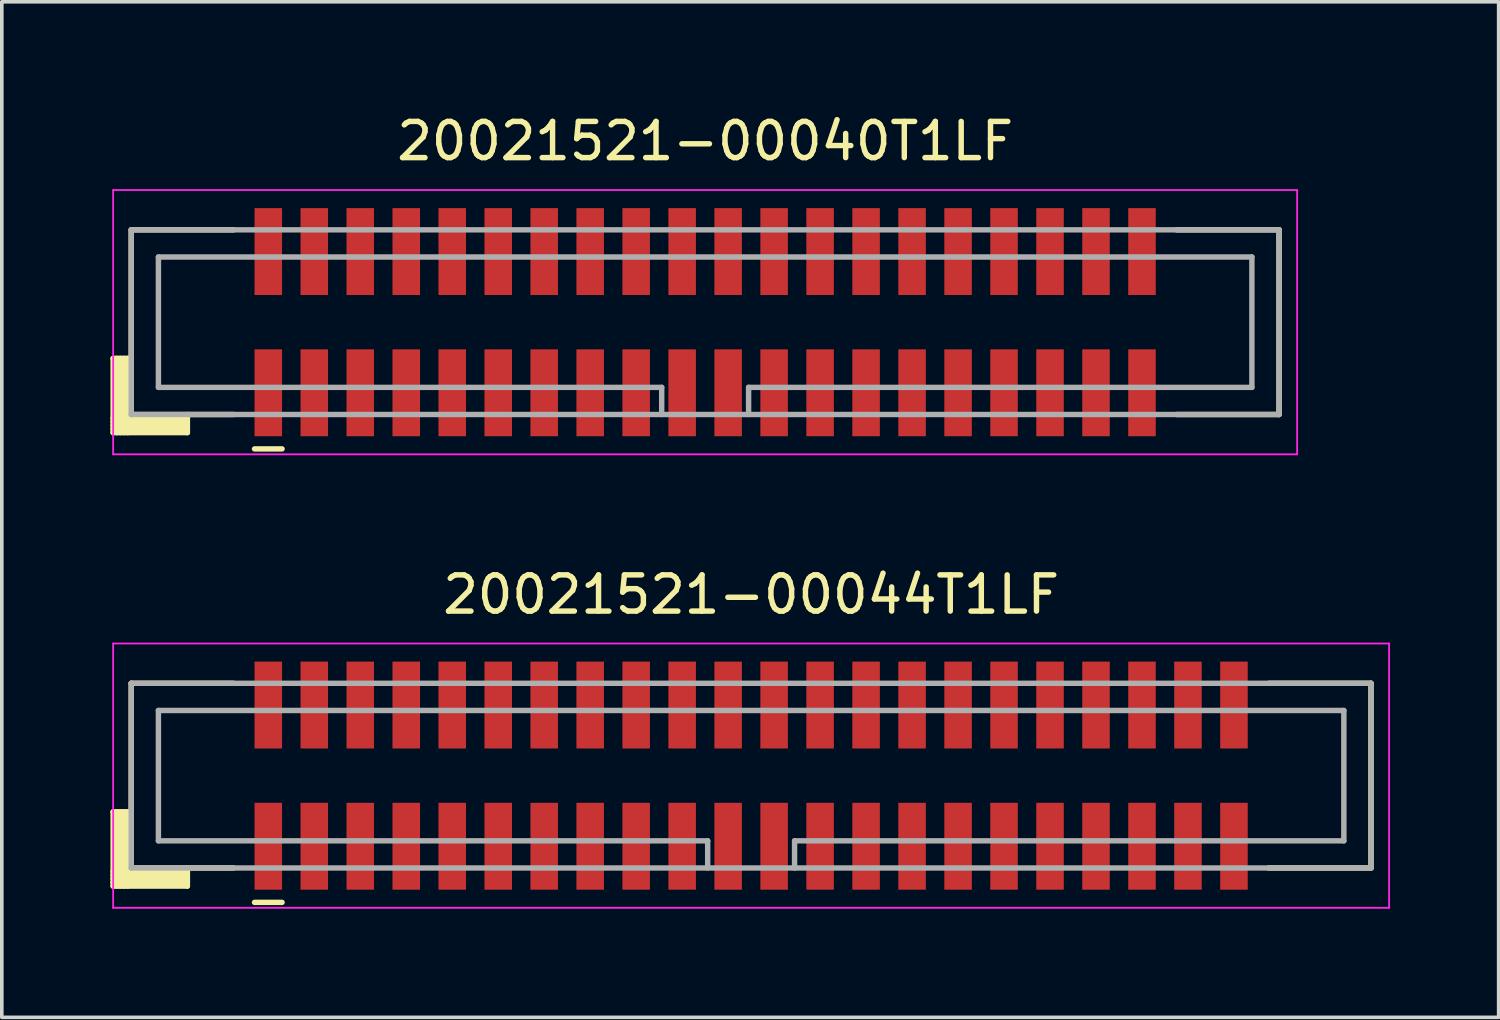
<source format=kicad_pcb>
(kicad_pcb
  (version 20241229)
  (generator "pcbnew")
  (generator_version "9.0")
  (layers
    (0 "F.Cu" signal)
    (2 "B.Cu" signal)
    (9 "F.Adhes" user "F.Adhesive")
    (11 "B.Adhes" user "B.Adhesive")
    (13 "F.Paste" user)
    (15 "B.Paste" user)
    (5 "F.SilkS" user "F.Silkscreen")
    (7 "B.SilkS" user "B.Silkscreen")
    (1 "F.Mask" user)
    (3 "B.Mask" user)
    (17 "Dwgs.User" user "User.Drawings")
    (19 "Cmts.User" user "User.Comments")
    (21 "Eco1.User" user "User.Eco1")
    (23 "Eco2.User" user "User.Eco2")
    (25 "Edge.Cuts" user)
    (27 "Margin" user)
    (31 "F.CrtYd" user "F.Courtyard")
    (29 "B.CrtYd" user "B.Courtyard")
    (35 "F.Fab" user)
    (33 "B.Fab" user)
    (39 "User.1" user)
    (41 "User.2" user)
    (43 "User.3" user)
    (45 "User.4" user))
  (footprint "20021521-00040T1LF"
    (layer "F.Cu")
    (at 16.425 5.848)
    (property "Reference" "20021521-00040T1LF" (at 0 -5 0) (layer "F.SilkS") (effects (font (size 1 1) (thickness 0.15))))
    (attr smd)
    (fp_line (start -16.35 1) (end -16.35 3.05) (stroke (width 0.15) (type solid)) (layer "F.SilkS"))
    (fp_line (start -16.35 1) (end -15.875 1) (stroke (width 0.15) (type solid)) (layer "F.SilkS"))
    (fp_line (start -16.35 2.65) (end -14.3 2.65) (stroke (width 0.15) (type solid)) (layer "F.SilkS"))
    (fp_line (start -16.35 2.75) (end -14.3 2.75) (stroke (width 0.15) (type solid)) (layer "F.SilkS"))
    (fp_line (start -16.35 2.85) (end -14.3 2.85) (stroke (width 0.15) (type solid)) (layer "F.SilkS"))
    (fp_line (start -16.35 2.95) (end -14.3 2.95) (stroke (width 0.15) (type solid)) (layer "F.SilkS"))
    (fp_line (start -16.35 3.05) (end -14.3 3.05) (stroke (width 0.15) (type solid)) (layer "F.SilkS"))
    (fp_line (start -16.25 1) (end -16.25 3.05) (stroke (width 0.15) (type solid)) (layer "F.SilkS"))
    (fp_line (start -16.15 1) (end -16.15 3.05) (stroke (width 0.15) (type solid)) (layer "F.SilkS"))
    (fp_line (start -16.05 1) (end -16.05 3.05) (stroke (width 0.15) (type solid)) (layer "F.SilkS"))
    (fp_line (start -15.95 1) (end -15.95 3.05) (stroke (width 0.15) (type solid)) (layer "F.SilkS"))
    (fp_line (start -15.85 -2.55) (end -15.85 2.55) (stroke (width 0.15) (type solid)) (layer "F.SilkS"))
    (fp_line (start -15.85 -2.55) (end -13.025 -2.55) (stroke (width 0.15) (type solid)) (layer "F.SilkS"))
    (fp_line (start -15.85 2.55) (end -13.025 2.55) (stroke (width 0.15) (type solid)) (layer "F.SilkS"))
    (fp_line (start -14.3 2.55) (end -14.3 3.05) (stroke (width 0.15) (type solid)) (layer "F.SilkS"))
    (fp_line (start -12.445 3.5) (end -11.685 3.5) (stroke (width 0.15) (type solid)) (layer "F.SilkS"))
    (fp_line (start 13.025 -2.55) (end 15.85 -2.55) (stroke (width 0.15) (type solid)) (layer "F.SilkS"))
    (fp_line (start 13.025 2.55) (end 15.85 2.55) (stroke (width 0.15) (type solid)) (layer "F.SilkS"))
    (fp_line (start 15.85 -2.55) (end 15.85 2.55) (stroke (width 0.15) (type solid)) (layer "F.SilkS"))
    (fp_line (start -16.35 -3.65) (end -16.35 3.65) (stroke (width 0.05) (type solid)) (layer "F.CrtYd"))
    (fp_line (start -16.35 -3.65) (end 16.35 -3.65) (stroke (width 0.05) (type solid)) (layer "F.CrtYd"))
    (fp_line (start -16.35 3.65) (end 16.35 3.65) (stroke (width 0.05) (type solid)) (layer "F.CrtYd"))
    (fp_line (start 16.35 -3.65) (end 16.35 3.65) (stroke (width 0.05) (type solid)) (layer "F.CrtYd"))
    (fp_line (start -15.85 -2.55) (end -15.85 2.55) (stroke (width 0.15) (type solid)) (layer "F.Fab"))
    (fp_line (start -15.85 -2.55) (end 15.85 -2.55) (stroke (width 0.15) (type solid)) (layer "F.Fab"))
    (fp_line (start -15.85 2.55) (end 15.85 2.55) (stroke (width 0.15) (type solid)) (layer "F.Fab"))
    (fp_line (start -15.1 -1.8) (end -15.1 1.8) (stroke (width 0.15) (type solid)) (layer "F.Fab"))
    (fp_line (start -15.1 -1.8) (end 15.1 -1.8) (stroke (width 0.15) (type solid)) (layer "F.Fab"))
    (fp_line (start -15.1 1.8) (end -1.2 1.8) (stroke (width 0.15) (type solid)) (layer "F.Fab"))
    (fp_line (start -1.2 1.8) (end -1.2 2.55) (stroke (width 0.15) (type solid)) (layer "F.Fab"))
    (fp_line (start 1.2 1.8) (end 1.2 2.55) (stroke (width 0.15) (type solid)) (layer "F.Fab"))
    (fp_line (start 1.2 1.8) (end 15.1 1.8) (stroke (width 0.15) (type solid)) (layer "F.Fab"))
    (fp_line (start 15.1 -1.8) (end 15.1 1.8) (stroke (width 0.15) (type solid)) (layer "F.Fab"))
    (fp_line (start 15.85 -2.55) (end 15.85 2.55) (stroke (width 0.15) (type solid)) (layer "F.Fab"))
    (pad "1" smd rect (at -12.065 1.95) (size 0.76 2.4) (layers "F.Cu" "F.Mask" "F.Paste"))
    (pad "2" smd rect (at -12.065 -1.95) (size 0.76 2.4) (layers "F.Cu" "F.Mask" "F.Paste"))
    (pad "3" smd rect (at -10.795 1.95) (size 0.76 2.4) (layers "F.Cu" "F.Mask" "F.Paste"))
    (pad "4" smd rect (at -10.795 -1.95) (size 0.76 2.4) (layers "F.Cu" "F.Mask" "F.Paste"))
    (pad "5" smd rect (at -9.525 1.95) (size 0.76 2.4) (layers "F.Cu" "F.Mask" "F.Paste"))
    (pad "6" smd rect (at -9.525 -1.95) (size 0.76 2.4) (layers "F.Cu" "F.Mask" "F.Paste"))
    (pad "7" smd rect (at -8.255 1.95) (size 0.76 2.4) (layers "F.Cu" "F.Mask" "F.Paste"))
    (pad "8" smd rect (at -8.255 -1.95) (size 0.76 2.4) (layers "F.Cu" "F.Mask" "F.Paste"))
    (pad "9" smd rect (at -6.985 1.95) (size 0.76 2.4) (layers "F.Cu" "F.Mask" "F.Paste"))
    (pad "10" smd rect (at -6.985 -1.95) (size 0.76 2.4) (layers "F.Cu" "F.Mask" "F.Paste"))
    (pad "11" smd rect (at -5.715 1.95) (size 0.76 2.4) (layers "F.Cu" "F.Mask" "F.Paste"))
    (pad "12" smd rect (at -5.715 -1.95) (size 0.76 2.4) (layers "F.Cu" "F.Mask" "F.Paste"))
    (pad "13" smd rect (at -4.445 1.95) (size 0.76 2.4) (layers "F.Cu" "F.Mask" "F.Paste"))
    (pad "14" smd rect (at -4.445 -1.95) (size 0.76 2.4) (layers "F.Cu" "F.Mask" "F.Paste"))
    (pad "15" smd rect (at -3.175 1.95) (size 0.76 2.4) (layers "F.Cu" "F.Mask" "F.Paste"))
    (pad "16" smd rect (at -3.175 -1.95) (size 0.76 2.4) (layers "F.Cu" "F.Mask" "F.Paste"))
    (pad "17" smd rect (at -1.905 1.95) (size 0.76 2.4) (layers "F.Cu" "F.Mask" "F.Paste"))
    (pad "18" smd rect (at -1.905 -1.95) (size 0.76 2.4) (layers "F.Cu" "F.Mask" "F.Paste"))
    (pad "19" smd rect (at -0.635 1.95) (size 0.76 2.4) (layers "F.Cu" "F.Mask" "F.Paste"))
    (pad "20" smd rect (at -0.635 -1.95) (size 0.76 2.4) (layers "F.Cu" "F.Mask" "F.Paste"))
    (pad "21" smd rect (at 0.635 1.95) (size 0.76 2.4) (layers "F.Cu" "F.Mask" "F.Paste"))
    (pad "22" smd rect (at 0.635 -1.95) (size 0.76 2.4) (layers "F.Cu" "F.Mask" "F.Paste"))
    (pad "23" smd rect (at 1.905 1.95) (size 0.76 2.4) (layers "F.Cu" "F.Mask" "F.Paste"))
    (pad "24" smd rect (at 1.905 -1.95) (size 0.76 2.4) (layers "F.Cu" "F.Mask" "F.Paste"))
    (pad "25" smd rect (at 3.175 1.95) (size 0.76 2.4) (layers "F.Cu" "F.Mask" "F.Paste"))
    (pad "26" smd rect (at 3.175 -1.95) (size 0.76 2.4) (layers "F.Cu" "F.Mask" "F.Paste"))
    (pad "27" smd rect (at 4.445 1.95) (size 0.76 2.4) (layers "F.Cu" "F.Mask" "F.Paste"))
    (pad "28" smd rect (at 4.445 -1.95) (size 0.76 2.4) (layers "F.Cu" "F.Mask" "F.Paste"))
    (pad "29" smd rect (at 5.715 1.95) (size 0.76 2.4) (layers "F.Cu" "F.Mask" "F.Paste"))
    (pad "30" smd rect (at 5.715 -1.95) (size 0.76 2.4) (layers "F.Cu" "F.Mask" "F.Paste"))
    (pad "31" smd rect (at 6.985 1.95) (size 0.76 2.4) (layers "F.Cu" "F.Mask" "F.Paste"))
    (pad "32" smd rect (at 6.985 -1.95) (size 0.76 2.4) (layers "F.Cu" "F.Mask" "F.Paste"))
    (pad "33" smd rect (at 8.255 1.95) (size 0.76 2.4) (layers "F.Cu" "F.Mask" "F.Paste"))
    (pad "34" smd rect (at 8.255 -1.95) (size 0.76 2.4) (layers "F.Cu" "F.Mask" "F.Paste"))
    (pad "35" smd rect (at 9.525 1.95) (size 0.76 2.4) (layers "F.Cu" "F.Mask" "F.Paste"))
    (pad "36" smd rect (at 9.525 -1.95) (size 0.76 2.4) (layers "F.Cu" "F.Mask" "F.Paste"))
    (pad "37" smd rect (at 10.795 1.95) (size 0.76 2.4) (layers "F.Cu" "F.Mask" "F.Paste"))
    (pad "38" smd rect (at 10.795 -1.95) (size 0.76 2.4) (layers "F.Cu" "F.Mask" "F.Paste"))
    (pad "39" smd rect (at 12.065 1.95) (size 0.76 2.4) (layers "F.Cu" "F.Mask" "F.Paste"))
    (pad "40" smd rect (at 12.065 -1.95) (size 0.76 2.4) (layers "F.Cu" "F.Mask" "F.Paste")))
  (footprint "20021521-00044T1LF"
    (layer "F.Cu")
    (at 17.695 18.372)
    (property "Reference" "20021521-00044T1LF" (at 0 -5 0) (layer "F.SilkS") (effects (font (size 1 1) (thickness 0.15))))
    (attr smd)
    (fp_line (start -17.62 1) (end -17.62 3.05) (stroke (width 0.15) (type solid)) (layer "F.SilkS"))
    (fp_line (start -17.62 1) (end -17.145 1) (stroke (width 0.15) (type solid)) (layer "F.SilkS"))
    (fp_line (start -17.62 2.65) (end -15.57 2.65) (stroke (width 0.15) (type solid)) (layer "F.SilkS"))
    (fp_line (start -17.62 2.75) (end -15.57 2.75) (stroke (width 0.15) (type solid)) (layer "F.SilkS"))
    (fp_line (start -17.62 2.85) (end -15.57 2.85) (stroke (width 0.15) (type solid)) (layer "F.SilkS"))
    (fp_line (start -17.62 2.95) (end -15.57 2.95) (stroke (width 0.15) (type solid)) (layer "F.SilkS"))
    (fp_line (start -17.62 3.05) (end -15.57 3.05) (stroke (width 0.15) (type solid)) (layer "F.SilkS"))
    (fp_line (start -17.52 1) (end -17.52 3.05) (stroke (width 0.15) (type solid)) (layer "F.SilkS"))
    (fp_line (start -17.42 1) (end -17.42 3.05) (stroke (width 0.15) (type solid)) (layer "F.SilkS"))
    (fp_line (start -17.32 1) (end -17.32 3.05) (stroke (width 0.15) (type solid)) (layer "F.SilkS"))
    (fp_line (start -17.22 1) (end -17.22 3.05) (stroke (width 0.15) (type solid)) (layer "F.SilkS"))
    (fp_line (start -17.12 -2.55) (end -17.12 2.55) (stroke (width 0.15) (type solid)) (layer "F.SilkS"))
    (fp_line (start -17.12 -2.55) (end -14.295 -2.55) (stroke (width 0.15) (type solid)) (layer "F.SilkS"))
    (fp_line (start -17.12 2.55) (end -14.295 2.55) (stroke (width 0.15) (type solid)) (layer "F.SilkS"))
    (fp_line (start -15.57 2.55) (end -15.57 3.05) (stroke (width 0.15) (type solid)) (layer "F.SilkS"))
    (fp_line (start -13.715 3.5) (end -12.955 3.5) (stroke (width 0.15) (type solid)) (layer "F.SilkS"))
    (fp_line (start 14.295 -2.55) (end 17.12 -2.55) (stroke (width 0.15) (type solid)) (layer "F.SilkS"))
    (fp_line (start 14.295 2.55) (end 17.12 2.55) (stroke (width 0.15) (type solid)) (layer "F.SilkS"))
    (fp_line (start 17.12 -2.55) (end 17.12 2.55) (stroke (width 0.15) (type solid)) (layer "F.SilkS"))
    (fp_line (start -17.62 -3.65) (end -17.62 3.65) (stroke (width 0.05) (type solid)) (layer "F.CrtYd"))
    (fp_line (start -17.62 -3.65) (end 17.62 -3.65) (stroke (width 0.05) (type solid)) (layer "F.CrtYd"))
    (fp_line (start -17.62 3.65) (end 17.62 3.65) (stroke (width 0.05) (type solid)) (layer "F.CrtYd"))
    (fp_line (start 17.62 -3.65) (end 17.62 3.65) (stroke (width 0.05) (type solid)) (layer "F.CrtYd"))
    (fp_line (start -17.12 -2.55) (end -17.12 2.55) (stroke (width 0.15) (type solid)) (layer "F.Fab"))
    (fp_line (start -17.12 -2.55) (end 17.12 -2.55) (stroke (width 0.15) (type solid)) (layer "F.Fab"))
    (fp_line (start -17.12 2.55) (end 17.12 2.55) (stroke (width 0.15) (type solid)) (layer "F.Fab"))
    (fp_line (start -16.37 -1.8) (end -16.37 1.8) (stroke (width 0.15) (type solid)) (layer "F.Fab"))
    (fp_line (start -16.37 -1.8) (end 16.37 -1.8) (stroke (width 0.15) (type solid)) (layer "F.Fab"))
    (fp_line (start -16.37 1.8) (end -1.2 1.8) (stroke (width 0.15) (type solid)) (layer "F.Fab"))
    (fp_line (start -1.2 1.8) (end -1.2 2.55) (stroke (width 0.15) (type solid)) (layer "F.Fab"))
    (fp_line (start 1.2 1.8) (end 1.2 2.55) (stroke (width 0.15) (type solid)) (layer "F.Fab"))
    (fp_line (start 1.2 1.8) (end 16.37 1.8) (stroke (width 0.15) (type solid)) (layer "F.Fab"))
    (fp_line (start 16.37 -1.8) (end 16.37 1.8) (stroke (width 0.15) (type solid)) (layer "F.Fab"))
    (fp_line (start 17.12 -2.55) (end 17.12 2.55) (stroke (width 0.15) (type solid)) (layer "F.Fab"))
    (pad "1" smd rect (at -13.335 1.95) (size 0.76 2.4) (layers "F.Cu" "F.Mask" "F.Paste"))
    (pad "2" smd rect (at -13.335 -1.95) (size 0.76 2.4) (layers "F.Cu" "F.Mask" "F.Paste"))
    (pad "3" smd rect (at -12.065 1.95) (size 0.76 2.4) (layers "F.Cu" "F.Mask" "F.Paste"))
    (pad "4" smd rect (at -12.065 -1.95) (size 0.76 2.4) (layers "F.Cu" "F.Mask" "F.Paste"))
    (pad "5" smd rect (at -10.795 1.95) (size 0.76 2.4) (layers "F.Cu" "F.Mask" "F.Paste"))
    (pad "6" smd rect (at -10.795 -1.95) (size 0.76 2.4) (layers "F.Cu" "F.Mask" "F.Paste"))
    (pad "7" smd rect (at -9.525 1.95) (size 0.76 2.4) (layers "F.Cu" "F.Mask" "F.Paste"))
    (pad "8" smd rect (at -9.525 -1.95) (size 0.76 2.4) (layers "F.Cu" "F.Mask" "F.Paste"))
    (pad "9" smd rect (at -8.255 1.95) (size 0.76 2.4) (layers "F.Cu" "F.Mask" "F.Paste"))
    (pad "10" smd rect (at -8.255 -1.95) (size 0.76 2.4) (layers "F.Cu" "F.Mask" "F.Paste"))
    (pad "11" smd rect (at -6.985 1.95) (size 0.76 2.4) (layers "F.Cu" "F.Mask" "F.Paste"))
    (pad "12" smd rect (at -6.985 -1.95) (size 0.76 2.4) (layers "F.Cu" "F.Mask" "F.Paste"))
    (pad "13" smd rect (at -5.715 1.95) (size 0.76 2.4) (layers "F.Cu" "F.Mask" "F.Paste"))
    (pad "14" smd rect (at -5.715 -1.95) (size 0.76 2.4) (layers "F.Cu" "F.Mask" "F.Paste"))
    (pad "15" smd rect (at -4.445 1.95) (size 0.76 2.4) (layers "F.Cu" "F.Mask" "F.Paste"))
    (pad "16" smd rect (at -4.445 -1.95) (size 0.76 2.4) (layers "F.Cu" "F.Mask" "F.Paste"))
    (pad "17" smd rect (at -3.175 1.95) (size 0.76 2.4) (layers "F.Cu" "F.Mask" "F.Paste"))
    (pad "18" smd rect (at -3.175 -1.95) (size 0.76 2.4) (layers "F.Cu" "F.Mask" "F.Paste"))
    (pad "19" smd rect (at -1.905 1.95) (size 0.76 2.4) (layers "F.Cu" "F.Mask" "F.Paste"))
    (pad "20" smd rect (at -1.905 -1.95) (size 0.76 2.4) (layers "F.Cu" "F.Mask" "F.Paste"))
    (pad "21" smd rect (at -0.635 1.95) (size 0.76 2.4) (layers "F.Cu" "F.Mask" "F.Paste"))
    (pad "22" smd rect (at -0.635 -1.95) (size 0.76 2.4) (layers "F.Cu" "F.Mask" "F.Paste"))
    (pad "23" smd rect (at 0.635 1.95) (size 0.76 2.4) (layers "F.Cu" "F.Mask" "F.Paste"))
    (pad "24" smd rect (at 0.635 -1.95) (size 0.76 2.4) (layers "F.Cu" "F.Mask" "F.Paste"))
    (pad "25" smd rect (at 1.905 1.95) (size 0.76 2.4) (layers "F.Cu" "F.Mask" "F.Paste"))
    (pad "26" smd rect (at 1.905 -1.95) (size 0.76 2.4) (layers "F.Cu" "F.Mask" "F.Paste"))
    (pad "27" smd rect (at 3.175 1.95) (size 0.76 2.4) (layers "F.Cu" "F.Mask" "F.Paste"))
    (pad "28" smd rect (at 3.175 -1.95) (size 0.76 2.4) (layers "F.Cu" "F.Mask" "F.Paste"))
    (pad "29" smd rect (at 4.445 1.95) (size 0.76 2.4) (layers "F.Cu" "F.Mask" "F.Paste"))
    (pad "30" smd rect (at 4.445 -1.95) (size 0.76 2.4) (layers "F.Cu" "F.Mask" "F.Paste"))
    (pad "31" smd rect (at 5.715 1.95) (size 0.76 2.4) (layers "F.Cu" "F.Mask" "F.Paste"))
    (pad "32" smd rect (at 5.715 -1.95) (size 0.76 2.4) (layers "F.Cu" "F.Mask" "F.Paste"))
    (pad "33" smd rect (at 6.985 1.95) (size 0.76 2.4) (layers "F.Cu" "F.Mask" "F.Paste"))
    (pad "34" smd rect (at 6.985 -1.95) (size 0.76 2.4) (layers "F.Cu" "F.Mask" "F.Paste"))
    (pad "35" smd rect (at 8.255 1.95) (size 0.76 2.4) (layers "F.Cu" "F.Mask" "F.Paste"))
    (pad "36" smd rect (at 8.255 -1.95) (size 0.76 2.4) (layers "F.Cu" "F.Mask" "F.Paste"))
    (pad "37" smd rect (at 9.525 1.95) (size 0.76 2.4) (layers "F.Cu" "F.Mask" "F.Paste"))
    (pad "38" smd rect (at 9.525 -1.95) (size 0.76 2.4) (layers "F.Cu" "F.Mask" "F.Paste"))
    (pad "39" smd rect (at 10.795 1.95) (size 0.76 2.4) (layers "F.Cu" "F.Mask" "F.Paste"))
    (pad "40" smd rect (at 10.795 -1.95) (size 0.76 2.4) (layers "F.Cu" "F.Mask" "F.Paste"))
    (pad "41" smd rect (at 12.065 1.95) (size 0.76 2.4) (layers "F.Cu" "F.Mask" "F.Paste"))
    (pad "42" smd rect (at 12.065 -1.95) (size 0.76 2.4) (layers "F.Cu" "F.Mask" "F.Paste"))
    (pad "43" smd rect (at 13.335 1.95) (size 0.76 2.4) (layers "F.Cu" "F.Mask" "F.Paste"))
    (pad "44" smd rect (at 13.335 -1.95) (size 0.76 2.4) (layers "F.Cu" "F.Mask" "F.Paste")))
  (gr_rect
    (start -3 -3)
    (end 38.34 25.047)
    (stroke (width 0.1) (type default))
    (fill no)
    (layer "Edge.Cuts")))
</source>
